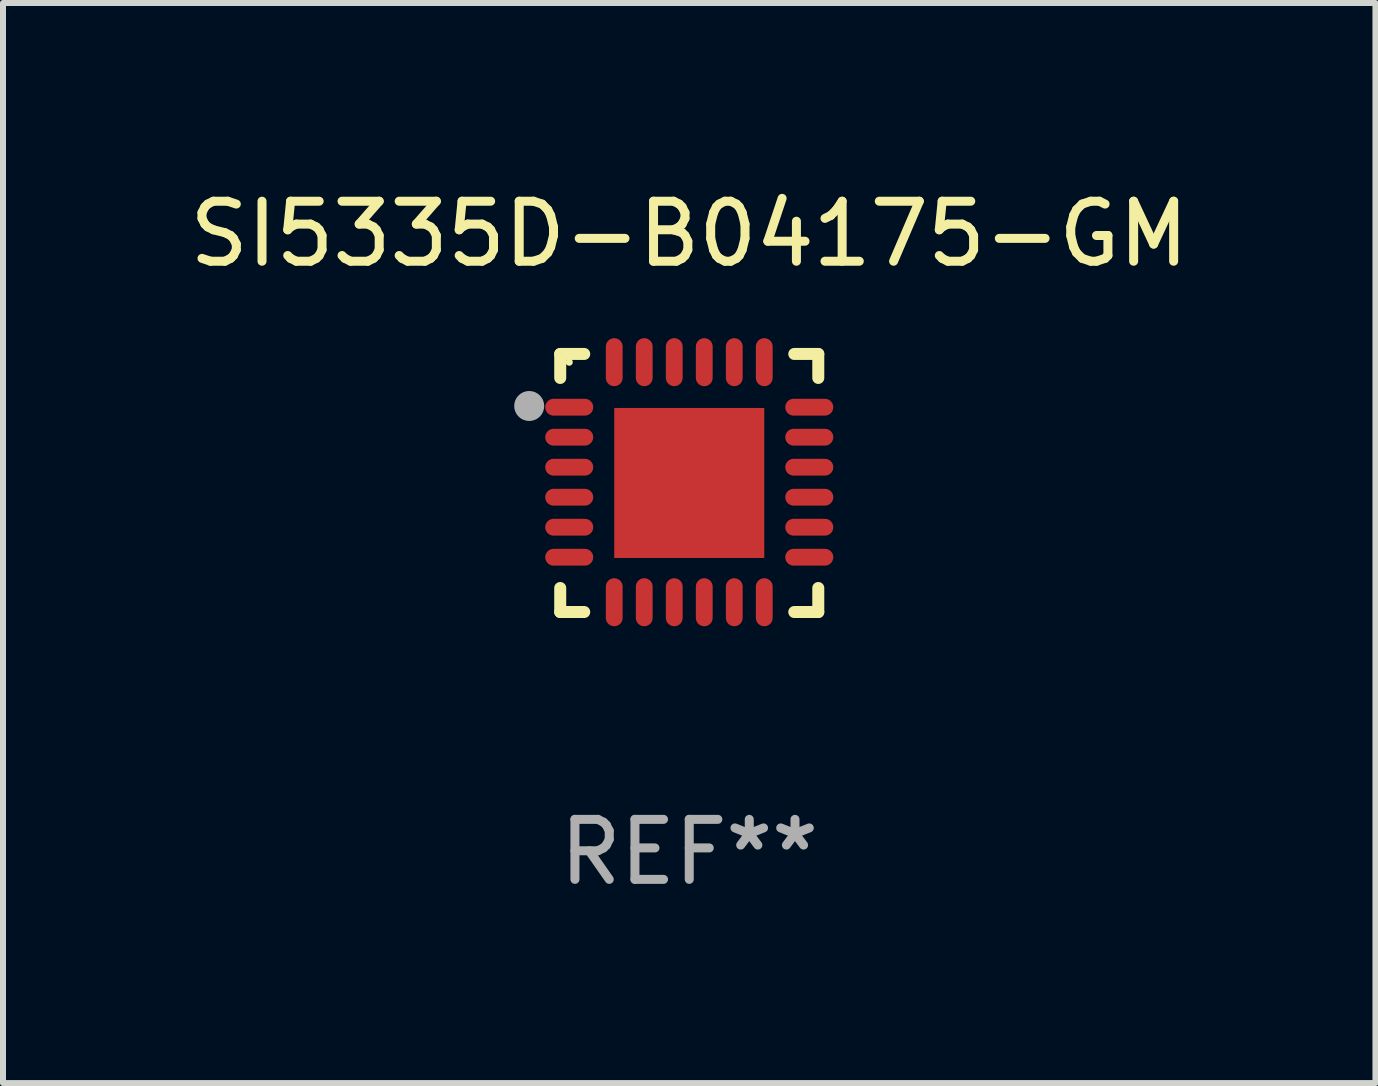
<source format=kicad_pcb>
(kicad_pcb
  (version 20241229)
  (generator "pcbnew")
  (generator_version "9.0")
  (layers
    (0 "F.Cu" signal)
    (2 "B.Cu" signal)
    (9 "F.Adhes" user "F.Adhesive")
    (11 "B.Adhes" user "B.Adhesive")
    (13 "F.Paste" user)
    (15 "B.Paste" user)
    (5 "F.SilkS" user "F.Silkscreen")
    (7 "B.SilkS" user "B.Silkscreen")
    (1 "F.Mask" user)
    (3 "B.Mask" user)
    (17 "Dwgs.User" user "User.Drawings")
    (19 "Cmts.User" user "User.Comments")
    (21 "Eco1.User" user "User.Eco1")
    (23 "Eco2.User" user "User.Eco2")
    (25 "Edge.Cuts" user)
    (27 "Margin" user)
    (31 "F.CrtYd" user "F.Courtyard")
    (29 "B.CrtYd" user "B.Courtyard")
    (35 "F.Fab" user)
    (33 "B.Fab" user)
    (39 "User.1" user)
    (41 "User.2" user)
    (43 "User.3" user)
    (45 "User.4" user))
  (footprint "SI5335D-B04175-GM"
    (layer "F.Cu")
    (at 8.435 4.998)
    (property "Reference" "SI5335D-B04175-GM" (at 0 -4.15 0) (layer "F.SilkS") (effects (font (size 1 1) (thickness 0.15))))
    (attr through_hole)
    (fp_line (start -2.15 -2.15) (end -1.75 -2.15) (stroke (width 0.2) (type solid)) (layer "F.SilkS"))
    (fp_line (start -2.15 -1.75) (end -2.15 -2.15) (stroke (width 0.2) (type solid)) (layer "F.SilkS"))
    (fp_line (start -2.15 2.15) (end -2.15 1.75) (stroke (width 0.2) (type solid)) (layer "F.SilkS"))
    (fp_line (start -1.75 2.15) (end -2.15 2.15) (stroke (width 0.2) (type solid)) (layer "F.SilkS"))
    (fp_line (start 1.75 -2.15) (end 2.15 -2.15) (stroke (width 0.2) (type solid)) (layer "F.SilkS"))
    (fp_line (start 1.75 2.15) (end 2.15 2.15) (stroke (width 0.2) (type solid)) (layer "F.SilkS"))
    (fp_line (start 2.15 -2.15) (end 2.15 -1.75) (stroke (width 0.2) (type solid)) (layer "F.SilkS"))
    (fp_line (start 2.15 2.15) (end 2.15 1.75) (stroke (width 0.2) (type solid)) (layer "F.SilkS"))
    (fp_circle (center -2 -2.013) (end -1.97 -2.013) (stroke (width 0.06) (type solid)) (fill no) (layer "F.SilkS"))
    (fp_circle (center -2.667 -1.283) (end -2.542 -1.283) (stroke (width 0.25) (type solid)) (fill no) (layer "F.Fab"))
    (fp_text user "REF**" (at 0 6.15 0) (layer "F.Fab") (effects (font (size 1 1) (thickness 0.15))))
    (pad "1" smd oval (at -2 -1.263) (size 0.8 0.28) (layers "F.Cu" "F.Mask" "F.Paste"))
    (pad "2" smd oval (at -2 -0.763) (size 0.8 0.28) (layers "F.Cu" "F.Mask" "F.Paste"))
    (pad "3" smd oval (at -2 -0.263) (size 0.8 0.28) (layers "F.Cu" "F.Mask" "F.Paste"))
    (pad "4" smd oval (at -2 0.237) (size 0.8 0.28) (layers "F.Cu" "F.Mask" "F.Paste"))
    (pad "5" smd oval (at -2 0.737) (size 0.8 0.28) (layers "F.Cu" "F.Mask" "F.Paste"))
    (pad "6" smd oval (at -2 1.237) (size 0.8 0.28) (layers "F.Cu" "F.Mask" "F.Paste"))
    (pad "7" smd oval (at -1.25 1.987) (size 0.28 0.8) (layers "F.Cu" "F.Mask" "F.Paste"))
    (pad "8" smd oval (at -0.75 1.987) (size 0.28 0.8) (layers "F.Cu" "F.Mask" "F.Paste"))
    (pad "9" smd oval (at -0.25 1.987) (size 0.28 0.8) (layers "F.Cu" "F.Mask" "F.Paste"))
    (pad "10" smd oval (at 0.25 1.987) (size 0.28 0.8) (layers "F.Cu" "F.Mask" "F.Paste"))
    (pad "11" smd oval (at 0.75 1.987) (size 0.28 0.8) (layers "F.Cu" "F.Mask" "F.Paste"))
    (pad "12" smd oval (at 1.25 1.987) (size 0.28 0.8) (layers "F.Cu" "F.Mask" "F.Paste"))
    (pad "13" smd oval (at 2 1.237) (size 0.8 0.28) (layers "F.Cu" "F.Mask" "F.Paste"))
    (pad "14" smd oval (at 2 0.737) (size 0.8 0.28) (layers "F.Cu" "F.Mask" "F.Paste"))
    (pad "15" smd oval (at 2 0.237) (size 0.8 0.28) (layers "F.Cu" "F.Mask" "F.Paste"))
    (pad "16" smd oval (at 2 -0.263) (size 0.8 0.28) (layers "F.Cu" "F.Mask" "F.Paste"))
    (pad "17" smd oval (at 2 -0.763) (size 0.8 0.28) (layers "F.Cu" "F.Mask" "F.Paste"))
    (pad "18" smd oval (at 2 -1.263) (size 0.8 0.28) (layers "F.Cu" "F.Mask" "F.Paste"))
    (pad "19" smd oval (at 1.25 -2.013) (size 0.28 0.8) (layers "F.Cu" "F.Mask" "F.Paste"))
    (pad "20" smd oval (at 0.75 -2.013) (size 0.28 0.8) (layers "F.Cu" "F.Mask" "F.Paste"))
    (pad "21" smd oval (at 0.25 -2.013) (size 0.28 0.8) (layers "F.Cu" "F.Mask" "F.Paste"))
    (pad "22" smd oval (at -0.25 -2.013) (size 0.28 0.8) (layers "F.Cu" "F.Mask" "F.Paste"))
    (pad "23" smd oval (at -0.75 -2.013) (size 0.28 0.8) (layers "F.Cu" "F.Mask" "F.Paste"))
    (pad "24" smd oval (at -1.25 -2.013) (size 0.28 0.8) (layers "F.Cu" "F.Mask" "F.Paste"))
    (pad "25" smd rect (at -0.000127 -0.00014) (size 2.5 2.5) (layers "F.Cu" "F.Mask" "F.Paste")))
  (gr_rect
    (start -3 -3)
    (end 19.869 14.997)
    (stroke (width 0.1) (type default))
    (fill no)
    (layer "Edge.Cuts")))
</source>
